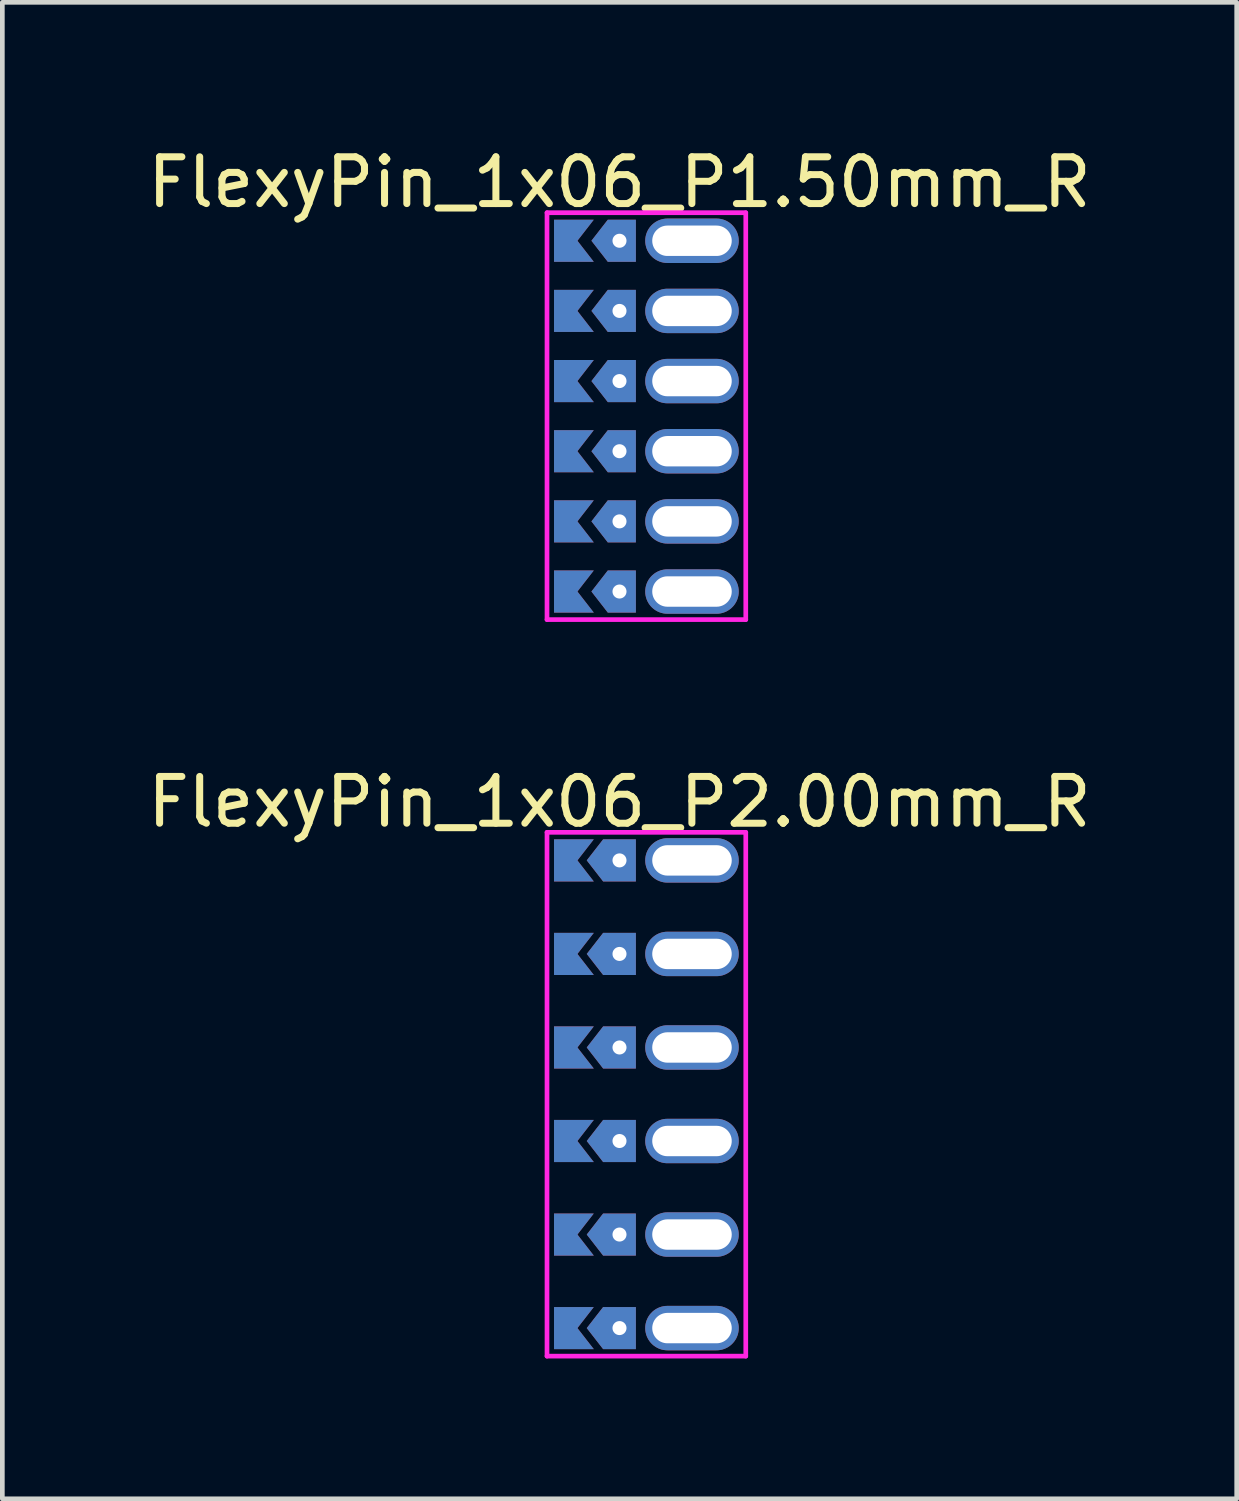
<source format=kicad_pcb>
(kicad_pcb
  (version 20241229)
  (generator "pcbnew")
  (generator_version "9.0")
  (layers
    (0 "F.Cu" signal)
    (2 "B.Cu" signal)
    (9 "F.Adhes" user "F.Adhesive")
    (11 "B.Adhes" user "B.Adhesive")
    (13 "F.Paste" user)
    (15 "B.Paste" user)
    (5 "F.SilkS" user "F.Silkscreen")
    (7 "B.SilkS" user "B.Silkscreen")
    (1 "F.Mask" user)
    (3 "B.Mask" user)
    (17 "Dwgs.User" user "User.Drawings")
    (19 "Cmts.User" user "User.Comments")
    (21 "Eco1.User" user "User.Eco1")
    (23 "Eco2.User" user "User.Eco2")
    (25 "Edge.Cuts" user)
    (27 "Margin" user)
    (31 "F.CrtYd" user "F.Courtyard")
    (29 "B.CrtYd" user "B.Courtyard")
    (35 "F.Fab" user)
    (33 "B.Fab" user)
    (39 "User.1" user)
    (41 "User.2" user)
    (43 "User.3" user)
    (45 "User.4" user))
  (footprint "FlexyPin_1x06_P2.00mm_R"
    (layer "F.Cu")
    (at 10.196 15.347)
    (property "Reference" "FlexyPin_1x06_P2.00mm_R" (at 0 -1.25 0) (layer "F.SilkS") (effects (font (size 1 1) (thickness 0.15))))
    (attr through_hole)
    (fp_line (start -1.55 -0.6) (end 2.7 -0.6) (stroke (width 0.1) (type solid)) (layer "F.CrtYd"))
    (fp_line (start -1.55 10.6) (end -1.55 -0.6) (stroke (width 0.1) (type solid)) (layer "F.CrtYd"))
    (fp_line (start 2.7 -0.6) (end 2.7 10.6) (stroke (width 0.1) (type solid)) (layer "F.CrtYd"))
    (fp_line (start 2.7 10.6) (end -1.55 10.6) (stroke (width 0.1) (type solid)) (layer "F.CrtYd"))
    (pad "" thru_hole custom (at 0 0) (size 0.3 0.3) (drill 0.6) (layers "*.Cu" "*.Mask") (options (anchor rect)) (primitives (gr_poly (pts (xy 0.35 0.45) (xy 0.35 -0.45) (xy -0.35 -0.45) (xy -0.7 0) (xy -0.35 0.45)) (width 0) (fill yes))))
    (pad "" thru_hole custom (at 0 2) (size 0.3 0.3) (drill 0.6) (layers "*.Cu" "*.Mask") (options (anchor rect)) (primitives (gr_poly (pts (xy 0.35 0.45) (xy 0.35 -0.45) (xy -0.35 -0.45) (xy -0.7 0) (xy -0.35 0.45)) (width 0) (fill yes))))
    (pad "" thru_hole custom (at 0 4) (size 0.3 0.3) (drill 0.6) (layers "*.Cu" "*.Mask") (options (anchor rect)) (primitives (gr_poly (pts (xy 0.35 0.45) (xy 0.35 -0.45) (xy -0.35 -0.45) (xy -0.7 0) (xy -0.35 0.45)) (width 0) (fill yes))))
    (pad "" thru_hole custom (at 0 6) (size 0.3 0.3) (drill 0.6) (layers "*.Cu" "*.Mask") (options (anchor rect)) (primitives (gr_poly (pts (xy 0.35 0.45) (xy 0.35 -0.45) (xy -0.35 -0.45) (xy -0.7 0) (xy -0.35 0.45)) (width 0) (fill yes))))
    (pad "" thru_hole custom (at 0 8) (size 0.3 0.3) (drill 0.6) (layers "*.Cu" "*.Mask") (options (anchor rect)) (primitives (gr_poly (pts (xy 0.35 0.45) (xy 0.35 -0.45) (xy -0.35 -0.45) (xy -0.7 0) (xy -0.35 0.45)) (width 0) (fill yes))))
    (pad "" thru_hole custom (at 0 10) (size 0.3 0.3) (drill 0.6) (layers "*.Cu" "*.Mask") (options (anchor rect)) (primitives (gr_poly (pts (xy 0.35 0.45) (xy 0.35 -0.45) (xy -0.35 -0.45) (xy -0.7 0) (xy -0.35 0.45)) (width 0) (fill yes))))
    (pad "" thru_hole oval (at 1.55 0) (size 2 0.95) (drill oval 1.7 0.65) (layers "*.Cu" "*.Mask"))
    (pad "" thru_hole oval (at 1.55 2) (size 2 0.95) (drill oval 1.7 0.65) (layers "*.Cu" "*.Mask"))
    (pad "" thru_hole oval (at 1.55 4) (size 2 0.95) (drill oval 1.7 0.65) (layers "*.Cu" "*.Mask"))
    (pad "" thru_hole oval (at 1.55 6) (size 2 0.95) (drill oval 1.7 0.65) (layers "*.Cu" "*.Mask"))
    (pad "" thru_hole oval (at 1.55 8) (size 2 0.95) (drill oval 1.7 0.65) (layers "*.Cu" "*.Mask"))
    (pad "" thru_hole oval (at 1.55 10) (size 2 0.95) (drill oval 1.7 0.65) (layers "*.Cu" "*.Mask"))
    (pad "1" smd custom (at -0.9 0) (size 0.01 0.01) (layers "F.Cu" "F.Mask") (options (anchor rect)) (primitives (gr_poly (pts (xy 0 0) (xy 0.35 0.45) (xy -0.5 0.45) (xy -0.5 -0.45) (xy 0.35 -0.45)) (width 0) (fill yes))))
    (pad "1" smd custom (at -0.9 2) (size 0.01 0.01) (layers "F.Cu" "F.Mask") (options (anchor rect)) (primitives (gr_poly (pts (xy 0 0) (xy 0.35 0.45) (xy -0.5 0.45) (xy -0.5 -0.45) (xy 0.35 -0.45)) (width 0) (fill yes))))
    (pad "1" smd custom (at -0.9 4) (size 0.01 0.01) (layers "F.Cu" "F.Mask") (options (anchor rect)) (primitives (gr_poly (pts (xy 0 0) (xy 0.35 0.45) (xy -0.5 0.45) (xy -0.5 -0.45) (xy 0.35 -0.45)) (width 0) (fill yes))))
    (pad "1" smd custom (at -0.9 6) (size 0.01 0.01) (layers "F.Cu" "F.Mask") (options (anchor rect)) (primitives (gr_poly (pts (xy 0 0) (xy 0.35 0.45) (xy -0.5 0.45) (xy -0.5 -0.45) (xy 0.35 -0.45)) (width 0) (fill yes))))
    (pad "1" smd custom (at -0.9 8) (size 0.01 0.01) (layers "F.Cu" "F.Mask") (options (anchor rect)) (primitives (gr_poly (pts (xy 0 0) (xy 0.35 0.45) (xy -0.5 0.45) (xy -0.5 -0.45) (xy 0.35 -0.45)) (width 0) (fill yes))))
    (pad "1" smd custom (at -0.9 10) (size 0.01 0.01) (layers "F.Cu" "F.Mask") (options (anchor rect)) (primitives (gr_poly (pts (xy 0 0) (xy 0.35 0.45) (xy -0.5 0.45) (xy -0.5 -0.45) (xy 0.35 -0.45)) (width 0) (fill yes))))
    (pad "2" smd custom (at -0.9 0) (size 0.01 0.01) (layers "B.Cu" "B.Mask") (options (anchor rect)) (primitives (gr_poly (pts (xy 0 0) (xy 0.35 0.45) (xy -0.5 0.45) (xy -0.5 -0.45) (xy 0.35 -0.45)) (width 0) (fill yes))))
    (pad "2" smd custom (at -0.9 2) (size 0.01 0.01) (layers "B.Cu" "B.Mask") (options (anchor rect)) (primitives (gr_poly (pts (xy 0 0) (xy 0.35 0.45) (xy -0.5 0.45) (xy -0.5 -0.45) (xy 0.35 -0.45)) (width 0) (fill yes))))
    (pad "2" smd custom (at -0.9 4) (size 0.01 0.01) (layers "B.Cu" "B.Mask") (options (anchor rect)) (primitives (gr_poly (pts (xy 0 0) (xy 0.35 0.45) (xy -0.5 0.45) (xy -0.5 -0.45) (xy 0.35 -0.45)) (width 0) (fill yes))))
    (pad "2" smd custom (at -0.9 6) (size 0.01 0.01) (layers "B.Cu" "B.Mask") (options (anchor rect)) (primitives (gr_poly (pts (xy 0 0) (xy 0.35 0.45) (xy -0.5 0.45) (xy -0.5 -0.45) (xy 0.35 -0.45)) (width 0) (fill yes))))
    (pad "2" smd custom (at -0.9 8) (size 0.01 0.01) (layers "B.Cu" "B.Mask") (options (anchor rect)) (primitives (gr_poly (pts (xy 0 0) (xy 0.35 0.45) (xy -0.5 0.45) (xy -0.5 -0.45) (xy 0.35 -0.45)) (width 0) (fill yes))))
    (pad "2" smd custom (at -0.9 10) (size 0.01 0.01) (layers "B.Cu" "B.Mask") (options (anchor rect)) (primitives (gr_poly (pts (xy 0 0) (xy 0.35 0.45) (xy -0.5 0.45) (xy -0.5 -0.45) (xy 0.35 -0.45)) (width 0) (fill yes)))))
  (footprint "FlexyPin_1x06_P1.50mm_R"
    (layer "F.Cu")
    (at 10.196 2.098)
    (property "Reference" "FlexyPin_1x06_P1.50mm_R" (at 0 -1.25 0) (layer "F.SilkS") (effects (font (size 1 1) (thickness 0.15))))
    (attr through_hole)
    (fp_line (start -1.55 -0.6) (end 2.7 -0.6) (stroke (width 0.1) (type solid)) (layer "F.CrtYd"))
    (fp_line (start -1.55 8.1) (end -1.55 -0.6) (stroke (width 0.1) (type solid)) (layer "F.CrtYd"))
    (fp_line (start 2.7 -0.6) (end 2.7 8.1) (stroke (width 0.1) (type solid)) (layer "F.CrtYd"))
    (fp_line (start 2.7 8.1) (end -1.55 8.1) (stroke (width 0.1) (type solid)) (layer "F.CrtYd"))
    (pad "" thru_hole custom (at 0 0) (size 0.3 0.3) (drill 0.6) (layers "*.Cu" "*.Mask") (options (anchor rect)) (primitives (gr_poly (pts (xy 0.35 0.45) (xy 0.35 -0.45) (xy -0.25 -0.45) (xy -0.6 0) (xy -0.25 0.45)) (width 0) (fill yes))))
    (pad "" thru_hole custom (at 0 1.5) (size 0.3 0.3) (drill 0.6) (layers "*.Cu" "*.Mask") (options (anchor rect)) (primitives (gr_poly (pts (xy 0.35 0.45) (xy 0.35 -0.45) (xy -0.25 -0.45) (xy -0.6 0) (xy -0.25 0.45)) (width 0) (fill yes))))
    (pad "" thru_hole custom (at 0 3) (size 0.3 0.3) (drill 0.6) (layers "*.Cu" "*.Mask") (options (anchor rect)) (primitives (gr_poly (pts (xy 0.35 0.45) (xy 0.35 -0.45) (xy -0.25 -0.45) (xy -0.6 0) (xy -0.25 0.45)) (width 0) (fill yes))))
    (pad "" thru_hole custom (at 0 4.5) (size 0.3 0.3) (drill 0.6) (layers "*.Cu" "*.Mask") (options (anchor rect)) (primitives (gr_poly (pts (xy 0.35 0.45) (xy 0.35 -0.45) (xy -0.25 -0.45) (xy -0.6 0) (xy -0.25 0.45)) (width 0) (fill yes))))
    (pad "" thru_hole custom (at 0 6) (size 0.3 0.3) (drill 0.6) (layers "*.Cu" "*.Mask") (options (anchor rect)) (primitives (gr_poly (pts (xy 0.35 0.45) (xy 0.35 -0.45) (xy -0.25 -0.45) (xy -0.6 0) (xy -0.25 0.45)) (width 0) (fill yes))))
    (pad "" thru_hole custom (at 0 7.5) (size 0.3 0.3) (drill 0.6) (layers "*.Cu" "*.Mask") (options (anchor rect)) (primitives (gr_poly (pts (xy 0.35 0.45) (xy 0.35 -0.45) (xy -0.25 -0.45) (xy -0.6 0) (xy -0.25 0.45)) (width 0) (fill yes))))
    (pad "" thru_hole oval (at 1.55 0) (size 2 0.95) (drill oval 1.7 0.65) (layers "*.Cu" "*.Mask"))
    (pad "" thru_hole oval (at 1.55 1.5) (size 2 0.95) (drill oval 1.7 0.65) (layers "*.Cu" "*.Mask"))
    (pad "" thru_hole oval (at 1.55 3) (size 2 0.95) (drill oval 1.7 0.65) (layers "*.Cu" "*.Mask"))
    (pad "" thru_hole oval (at 1.55 4.5) (size 2 0.95) (drill oval 1.7 0.65) (layers "*.Cu" "*.Mask"))
    (pad "" thru_hole oval (at 1.55 6) (size 2 0.95) (drill oval 1.7 0.65) (layers "*.Cu" "*.Mask"))
    (pad "" thru_hole oval (at 1.55 7.5) (size 2 0.95) (drill oval 1.7 0.65) (layers "*.Cu" "*.Mask"))
    (pad "1" smd custom (at -0.9 0) (size 0.01 0.01) (layers "F.Cu" "F.Mask") (options (anchor rect)) (primitives (gr_poly (pts (xy 0 0) (xy 0.35 0.45) (xy -0.5 0.45) (xy -0.5 -0.45) (xy 0.35 -0.45)) (width 0) (fill yes))))
    (pad "2" smd custom (at -0.9 1.5) (size 0.01 0.01) (layers "F.Cu" "F.Mask") (options (anchor rect)) (primitives (gr_poly (pts (xy 0 0) (xy 0.35 0.45) (xy -0.5 0.45) (xy -0.5 -0.45) (xy 0.35 -0.45)) (width 0) (fill yes))))
    (pad "3" smd custom (at -0.9 3) (size 0.01 0.01) (layers "F.Cu" "F.Mask") (options (anchor rect)) (primitives (gr_poly (pts (xy 0 0) (xy 0.35 0.45) (xy -0.5 0.45) (xy -0.5 -0.45) (xy 0.35 -0.45)) (width 0) (fill yes))))
    (pad "4" smd custom (at -0.9 4.5) (size 0.01 0.01) (layers "F.Cu" "F.Mask") (options (anchor rect)) (primitives (gr_poly (pts (xy 0 0) (xy 0.35 0.45) (xy -0.5 0.45) (xy -0.5 -0.45) (xy 0.35 -0.45)) (width 0) (fill yes))))
    (pad "5" smd custom (at -0.9 6) (size 0.01 0.01) (layers "F.Cu" "F.Mask") (options (anchor rect)) (primitives (gr_poly (pts (xy 0 0) (xy 0.35 0.45) (xy -0.5 0.45) (xy -0.5 -0.45) (xy 0.35 -0.45)) (width 0) (fill yes))))
    (pad "6" smd custom (at -0.9 7.5) (size 0.01 0.01) (layers "F.Cu" "F.Mask") (options (anchor rect)) (primitives (gr_poly (pts (xy 0 0) (xy 0.35 0.45) (xy -0.5 0.45) (xy -0.5 -0.45) (xy 0.35 -0.45)) (width 0) (fill yes))))
    (pad "7" smd custom (at -0.9 0) (size 0.01 0.01) (layers "B.Cu" "B.Mask") (options (anchor rect)) (primitives (gr_poly (pts (xy 0 0) (xy 0.35 0.45) (xy -0.5 0.45) (xy -0.5 -0.45) (xy 0.35 -0.45)) (width 0) (fill yes))))
    (pad "8" smd custom (at -0.9 1.5) (size 0.01 0.01) (layers "B.Cu" "B.Mask") (options (anchor rect)) (primitives (gr_poly (pts (xy 0 0) (xy 0.35 0.45) (xy -0.5 0.45) (xy -0.5 -0.45) (xy 0.35 -0.45)) (width 0) (fill yes))))
    (pad "9" smd custom (at -0.9 3) (size 0.01 0.01) (layers "B.Cu" "B.Mask") (options (anchor rect)) (primitives (gr_poly (pts (xy 0 0) (xy 0.35 0.45) (xy -0.5 0.45) (xy -0.5 -0.45) (xy 0.35 -0.45)) (width 0) (fill yes))))
    (pad "10" smd custom (at -0.9 4.5) (size 0.01 0.01) (layers "B.Cu" "B.Mask") (options (anchor rect)) (primitives (gr_poly (pts (xy 0 0) (xy 0.35 0.45) (xy -0.5 0.45) (xy -0.5 -0.45) (xy 0.35 -0.45)) (width 0) (fill yes))))
    (pad "11" smd custom (at -0.9 6) (size 0.01 0.01) (layers "B.Cu" "B.Mask") (options (anchor rect)) (primitives (gr_poly (pts (xy 0 0) (xy 0.35 0.45) (xy -0.5 0.45) (xy -0.5 -0.45) (xy 0.35 -0.45)) (width 0) (fill yes))))
    (pad "12" smd custom (at -0.9 7.5) (size 0.01 0.01) (layers "B.Cu" "B.Mask") (options (anchor rect)) (primitives (gr_poly (pts (xy 0 0) (xy 0.35 0.45) (xy -0.5 0.45) (xy -0.5 -0.45) (xy 0.35 -0.45)) (width 0) (fill yes)))))
  (gr_rect
    (start -3 -3)
    (end 23.393 28.997)
    (stroke (width 0.1) (type default))
    (fill no)
    (layer "Edge.Cuts")))
</source>
